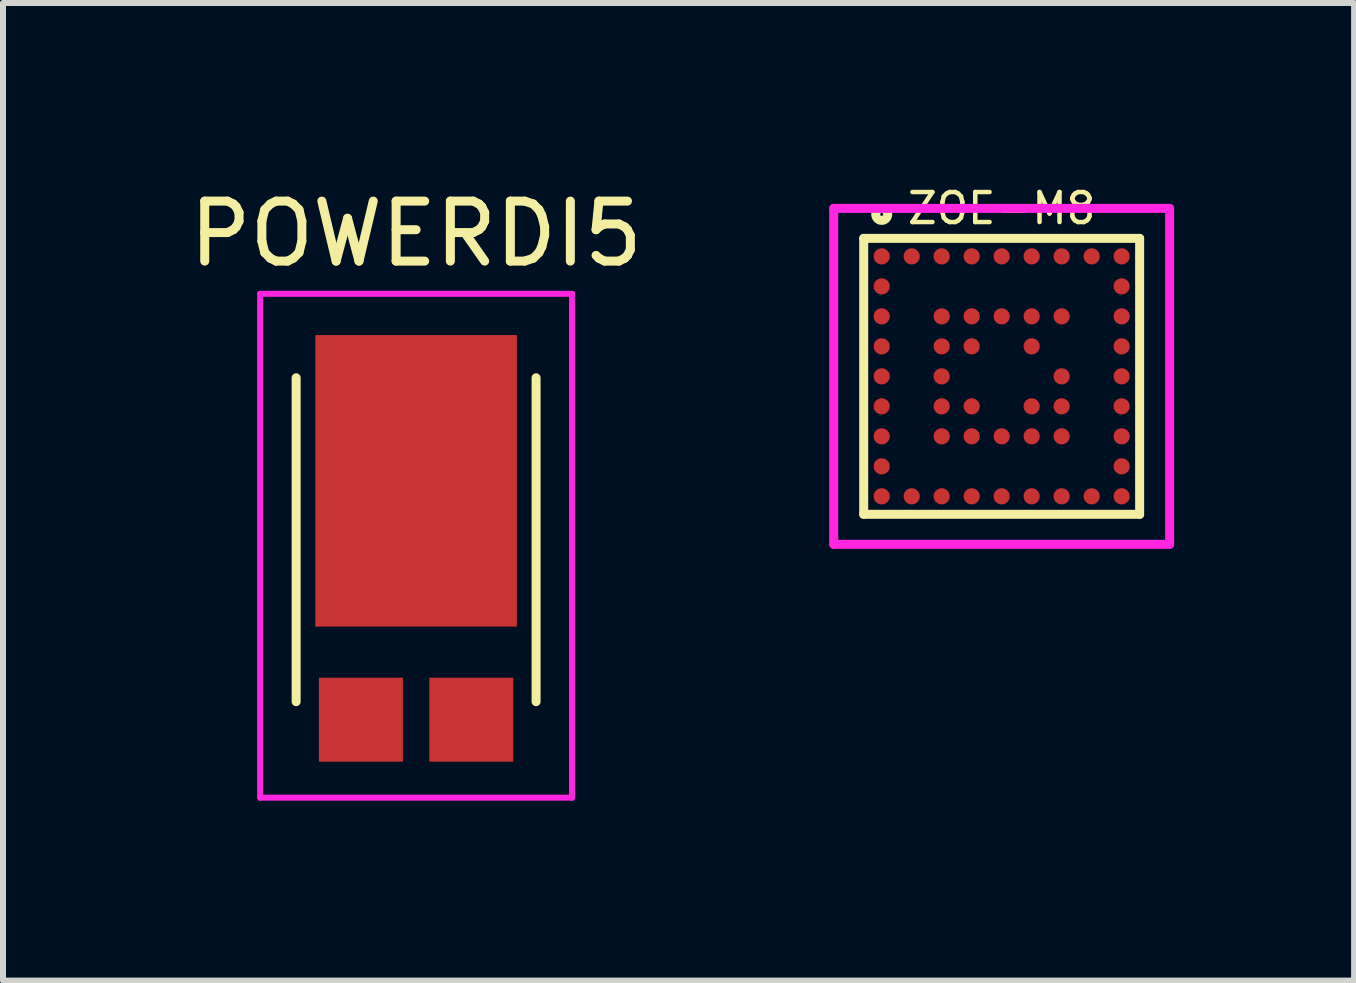
<source format=kicad_pcb>
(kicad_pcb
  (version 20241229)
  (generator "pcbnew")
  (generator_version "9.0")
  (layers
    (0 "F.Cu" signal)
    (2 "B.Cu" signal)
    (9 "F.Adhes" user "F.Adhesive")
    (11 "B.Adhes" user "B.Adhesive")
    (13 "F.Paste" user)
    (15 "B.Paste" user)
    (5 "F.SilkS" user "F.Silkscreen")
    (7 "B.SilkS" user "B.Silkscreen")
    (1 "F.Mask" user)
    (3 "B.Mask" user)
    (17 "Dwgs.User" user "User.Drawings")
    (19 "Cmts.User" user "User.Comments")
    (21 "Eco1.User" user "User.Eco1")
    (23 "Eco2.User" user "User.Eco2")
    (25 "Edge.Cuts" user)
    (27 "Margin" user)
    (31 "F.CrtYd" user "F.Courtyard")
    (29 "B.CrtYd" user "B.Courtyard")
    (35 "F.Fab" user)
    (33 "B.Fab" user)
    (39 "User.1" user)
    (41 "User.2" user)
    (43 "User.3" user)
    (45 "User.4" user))
  (footprint "ZOE-M8"
    (layer "F.Cu")
    (at 13.649 3.224)
    (property "Reference" "ZOE-M8" (at 0 -2.8 0) (layer "F.SilkS") (effects (font (size 0.5 0.5) (thickness 0.075))))
    (attr through_hole)
    (fp_line (start -2.3 -2.3) (end -2.3 2.3) (stroke (width 0.15) (type solid)) (layer "F.SilkS"))
    (fp_line (start -2.3 2.3) (end 2.3 2.3) (stroke (width 0.15) (type solid)) (layer "F.SilkS"))
    (fp_line (start 2.3 -2.3) (end -2.3 -2.3) (stroke (width 0.15) (type solid)) (layer "F.SilkS"))
    (fp_line (start 2.3 2.3) (end 2.3 -2.3) (stroke (width 0.15) (type solid)) (layer "F.SilkS"))
    (fp_circle (center -2 -2.7) (end -2 -2.6) (stroke (width 0.15) (type solid)) (fill no) (layer "F.SilkS"))
    (fp_line (start -2.8 -2.8) (end -2.8 2.8) (stroke (width 0.15) (type solid)) (layer "F.CrtYd"))
    (fp_line (start -2.8 2.8) (end 2.8 2.8) (stroke (width 0.15) (type solid)) (layer "F.CrtYd"))
    (fp_line (start 2.8 -2.8) (end -2.8 -2.8) (stroke (width 0.15) (type solid)) (layer "F.CrtYd"))
    (fp_line (start 2.8 2.8) (end 2.8 -2.8) (stroke (width 0.15) (type solid)) (layer "F.CrtYd"))
    (pad "A1" smd circle (at -2 -2) (size 0.27 0.27) (layers "F.Cu" "F.Mask" "F.Paste"))
    (pad "A2" smd circle (at -1.5 -2) (size 0.27 0.27) (layers "F.Cu" "F.Mask" "F.Paste"))
    (pad "A3" smd circle (at -1 -2) (size 0.27 0.27) (layers "F.Cu" "F.Mask" "F.Paste"))
    (pad "A4" smd circle (at -0.5 -2) (size 0.27 0.27) (layers "F.Cu" "F.Mask" "F.Paste"))
    (pad "A5" smd circle (at 0 -2) (size 0.27 0.27) (layers "F.Cu" "F.Mask" "F.Paste"))
    (pad "A6" smd circle (at 0.5 -2) (size 0.27 0.27) (layers "F.Cu" "F.Mask" "F.Paste"))
    (pad "A7" smd circle (at 1 -2) (size 0.27 0.27) (layers "F.Cu" "F.Mask" "F.Paste"))
    (pad "A8" smd circle (at 1.5 -2) (size 0.27 0.27) (layers "F.Cu" "F.Mask" "F.Paste"))
    (pad "A9" smd circle (at 2 -2) (size 0.27 0.27) (layers "F.Cu" "F.Mask" "F.Paste"))
    (pad "B1" smd circle (at -2 -1.5) (size 0.27 0.27) (layers "F.Cu" "F.Mask" "F.Paste"))
    (pad "B9" smd circle (at 2 -1.5) (size 0.27 0.27) (layers "F.Cu" "F.Mask" "F.Paste"))
    (pad "C1" smd circle (at -2 -1) (size 0.27 0.27) (layers "F.Cu" "F.Mask" "F.Paste"))
    (pad "C3" smd circle (at -1 -1) (size 0.27 0.27) (layers "F.Cu" "F.Mask" "F.Paste"))
    (pad "C4" smd circle (at -0.5 -1) (size 0.27 0.27) (layers "F.Cu" "F.Mask" "F.Paste"))
    (pad "C5" smd circle (at 0 -1) (size 0.27 0.27) (layers "F.Cu" "F.Mask" "F.Paste"))
    (pad "C6" smd circle (at 0.5 -1) (size 0.27 0.27) (layers "F.Cu" "F.Mask" "F.Paste"))
    (pad "C7" smd circle (at 1 -1) (size 0.27 0.27) (layers "F.Cu" "F.Mask" "F.Paste"))
    (pad "C9" smd circle (at 2 -1) (size 0.27 0.27) (layers "F.Cu" "F.Mask" "F.Paste"))
    (pad "D1" smd circle (at -2 -0.5) (size 0.27 0.27) (layers "F.Cu" "F.Mask" "F.Paste"))
    (pad "D3" smd circle (at -1 -0.5) (size 0.27 0.27) (layers "F.Cu" "F.Mask" "F.Paste"))
    (pad "D4" smd circle (at -0.5 -0.5) (size 0.27 0.27) (layers "F.Cu" "F.Mask" "F.Paste"))
    (pad "D6" smd circle (at 0.5 -0.5) (size 0.27 0.27) (layers "F.Cu" "F.Mask" "F.Paste"))
    (pad "D9" smd circle (at 2 -0.5) (size 0.27 0.27) (layers "F.Cu" "F.Mask" "F.Paste"))
    (pad "E1" smd circle (at -2 0) (size 0.27 0.27) (layers "F.Cu" "F.Mask" "F.Paste"))
    (pad "E3" smd circle (at -1 0) (size 0.27 0.27) (layers "F.Cu" "F.Mask" "F.Paste"))
    (pad "E7" smd circle (at 1 0) (size 0.27 0.27) (layers "F.Cu" "F.Mask" "F.Paste"))
    (pad "E9" smd circle (at 2 0) (size 0.27 0.27) (layers "F.Cu" "F.Mask" "F.Paste"))
    (pad "F1" smd circle (at -2 0.5) (size 0.27 0.27) (layers "F.Cu" "F.Mask" "F.Paste"))
    (pad "F3" smd circle (at -1 0.5) (size 0.27 0.27) (layers "F.Cu" "F.Mask" "F.Paste"))
    (pad "F4" smd circle (at -0.5 0.5) (size 0.27 0.27) (layers "F.Cu" "F.Mask" "F.Paste"))
    (pad "F6" smd circle (at 0.5 0.5) (size 0.27 0.27) (layers "F.Cu" "F.Mask" "F.Paste"))
    (pad "F7" smd circle (at 1 0.5) (size 0.27 0.27) (layers "F.Cu" "F.Mask" "F.Paste"))
    (pad "F9" smd circle (at 2 0.5) (size 0.27 0.27) (layers "F.Cu" "F.Mask" "F.Paste"))
    (pad "G1" smd circle (at -2 1) (size 0.27 0.27) (layers "F.Cu" "F.Mask" "F.Paste"))
    (pad "G3" smd circle (at -1 1) (size 0.27 0.27) (layers "F.Cu" "F.Mask" "F.Paste"))
    (pad "G4" smd circle (at -0.5 1) (size 0.27 0.27) (layers "F.Cu" "F.Mask" "F.Paste"))
    (pad "G5" smd circle (at 0 1) (size 0.27 0.27) (layers "F.Cu" "F.Mask" "F.Paste"))
    (pad "G6" smd circle (at 0.5 1) (size 0.27 0.27) (layers "F.Cu" "F.Mask" "F.Paste"))
    (pad "G7" smd circle (at 1 1) (size 0.27 0.27) (layers "F.Cu" "F.Mask" "F.Paste"))
    (pad "G9" smd circle (at 2 1) (size 0.27 0.27) (layers "F.Cu" "F.Mask" "F.Paste"))
    (pad "H1" smd circle (at -2 1.5) (size 0.27 0.27) (layers "F.Cu" "F.Mask" "F.Paste"))
    (pad "H9" smd circle (at 2 1.5) (size 0.27 0.27) (layers "F.Cu" "F.Mask" "F.Paste"))
    (pad "J1" smd circle (at -2 2) (size 0.27 0.27) (layers "F.Cu" "F.Mask" "F.Paste"))
    (pad "J2" smd circle (at -1.5 2) (size 0.27 0.27) (layers "F.Cu" "F.Mask" "F.Paste"))
    (pad "J3" smd circle (at -1 2) (size 0.27 0.27) (layers "F.Cu" "F.Mask" "F.Paste"))
    (pad "J4" smd circle (at -0.5 2) (size 0.27 0.27) (layers "F.Cu" "F.Mask" "F.Paste"))
    (pad "J5" smd circle (at 0 2) (size 0.27 0.27) (layers "F.Cu" "F.Mask" "F.Paste"))
    (pad "J6" smd circle (at 0.5 2) (size 0.27 0.27) (layers "F.Cu" "F.Mask" "F.Paste"))
    (pad "J7" smd circle (at 1 2) (size 0.27 0.27) (layers "F.Cu" "F.Mask" "F.Paste"))
    (pad "J8" smd circle (at 1.5 2) (size 0.27 0.27) (layers "F.Cu" "F.Mask" "F.Paste"))
    (pad "J9" smd circle (at 2 2) (size 0.27 0.27) (layers "F.Cu" "F.Mask" "F.Paste")))
  (footprint "POWERDI5"
    (layer "F.Cu")
    (at 3.887 8.248)
    (property "Reference" "POWERDI5" (at 0 -7.4 0) (layer "F.SilkS") (effects (font (size 1 1) (thickness 0.15))))
    (attr through_hole)
    (fp_line (start -2 0.4) (end -2 -5) (stroke (width 0.15) (type solid)) (layer "F.SilkS"))
    (fp_line (start 2 -5) (end 2 0.4) (stroke (width 0.15) (type solid)) (layer "F.SilkS"))
    (fp_line (start -2.6 -6.4) (end 2.6 -6.4) (stroke (width 0.1) (type solid)) (layer "F.CrtYd"))
    (fp_line (start -2.6 2) (end -2.6 -6.4) (stroke (width 0.1) (type solid)) (layer "F.CrtYd"))
    (fp_line (start 2.6 -6.4) (end 2.6 2) (stroke (width 0.1) (type solid)) (layer "F.CrtYd"))
    (fp_line (start 2.6 2) (end -2.6 2) (stroke (width 0.1) (type solid)) (layer "F.CrtYd"))
    (pad "1" smd rect (at 0 -3.282) (size 3.36 4.86) (layers "F.Cu" "F.Mask" "F.Paste"))
    (pad "2" smd rect (at -0.92 0.7) (size 1.4 1.4) (layers "F.Cu" "F.Mask" "F.Paste"))
    (pad "2" smd rect (at 0.92 0.7) (size 1.4 1.4) (layers "F.Cu" "F.Mask" "F.Paste")))
  (gr_rect
    (start -3 -3)
    (end 19.524 13.298)
    (stroke (width 0.1) (type default))
    (fill no)
    (layer "Edge.Cuts")))
</source>
